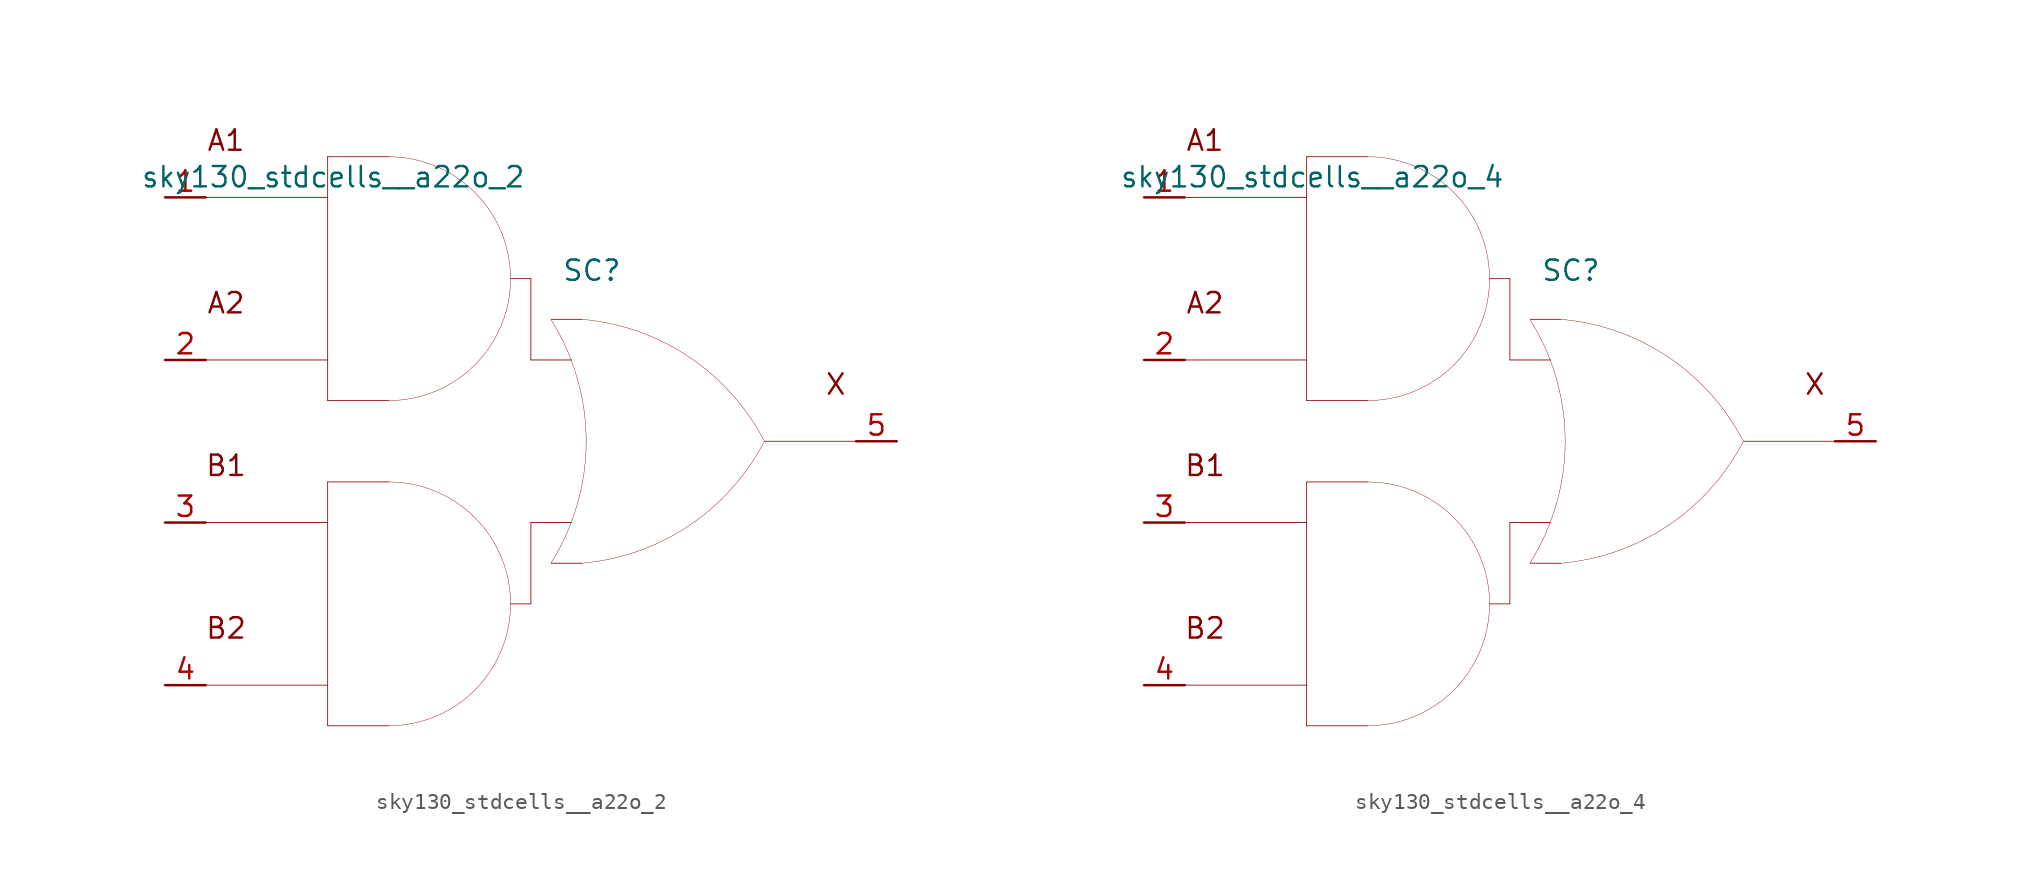
<source format=kicad_sym>
(kicad_symbol_lib
  (version 20211014)
  (generator kicad_symbol_editor)
  (symbol "sky130_stdcells__a22o_2"
    (pin_names hide)
    (property "Reference" "SC"
      (at 3.81 10.668 0)
      (effects (font (size 1.27 1.27))))
    (property "Value" "sky130_stdcells__a22o_2"
      (at -0.305 16.51 0)
      (effects (font (size 1.27 1.27)) (justify right)))
    (symbol "sky130_stdcells__a22o_2_0_0"
      (arc (start -8.89 -17.78) (mid -6.9178 -17.5204) (end -5.08 -16.7591) (stroke (width 0.0254) (type default) (color 0 0 0 0)) (fill (type none)))
      (arc (start -8.89 2.54) (mid -6.9178 2.7996) (end -5.08 3.5609) (stroke (width 0.0254) (type default) (color 0 0 0 0)) (fill (type none)))
      (arc (start -5.08 -16.7591) (mid -3.5019 -15.5481) (end -2.2909 -13.97) (stroke (width 0.0254) (type default) (color 0 0 0 0)) (fill (type none)))
      (arc (start -5.08 -3.5609) (mid -6.9178 -2.7997) (end -8.89 -2.54) (stroke (width 0.0254) (type default) (color 0 0 0 0)) (fill (type none)))
      (arc (start -5.08 3.5609) (mid -3.5019 4.7719) (end -2.2909 6.35) (stroke (width 0.0254) (type default) (color 0 0 0 0)) (fill (type none)))
      (arc (start -5.08 16.7591) (mid -6.9178 17.5203) (end -8.89 17.78) (stroke (width 0.0254) (type default) (color 0 0 0 0)) (fill (type none)))
      (arc (start -2.2909 -13.97) (mid -1.5297 -12.1322) (end -1.27 -10.16) (stroke (width 0.0254) (type default) (color 0 0 0 0)) (fill (type none)))
      (arc (start -2.2909 -6.35) (mid -3.5019 -4.7719) (end -5.08 -3.5609) (stroke (width 0.0254) (type default) (color 0 0 0 0)) (fill (type none)))
      (arc (start -2.2909 6.35) (mid -1.5297 8.1878) (end -1.27 10.16) (stroke (width 0.0254) (type default) (color 0 0 0 0)) (fill (type none)))
      (arc (start -2.2909 13.97) (mid -3.5019 15.5481) (end -5.08 16.7591) (stroke (width 0.0254) (type default) (color 0 0 0 0)) (fill (type none)))
      (arc (start -1.27 -10.16) (mid -1.5296 -8.1878) (end -2.2909 -6.35) (stroke (width 0.0254) (type default) (color 0 0 0 0)) (fill (type none)))
      (arc (start -1.27 10.16) (mid -1.5296 12.1322) (end -2.2909 13.97) (stroke (width 0.0254) (type default) (color 0 0 0 0)) (fill (type none)))
      (polyline (pts (xy -20.32 -15.24) (xy -12.7 -15.24)) (stroke (width 0.051) (type default) (color 0 0 0 0)) (fill (type none)))
      (polyline (pts (xy -20.32 -5.08) (xy -12.7 -5.08)) (stroke (width 0.051) (type default) (color 0 0 0 0)) (fill (type none)))
      (polyline (pts (xy -20.32 5.08) (xy -12.7 5.08)) (stroke (width 0.051) (type default) (color 0 0 0 0)) (fill (type none)))
      (polyline (pts (xy -20.32 15.24) (xy -12.7 15.24)) (stroke (width 0.051) (type default) (color 0 0 0 0)) (fill (type none)))
      (polyline (pts (xy -12.7 -17.78) (xy -8.89 -17.78)) (stroke (width 0.051) (type default) (color 0 0 0 0)) (fill (type none)))
      (polyline (pts (xy -12.7 -2.54) (xy -12.7 -17.78)) (stroke (width 0.051) (type default) (color 0 0 0 0)) (fill (type none)))
      (polyline (pts (xy -12.7 -2.54) (xy -8.89 -2.54)) (stroke (width 0.051) (type default) (color 0 0 0 0)) (fill (type none)))
      (polyline (pts (xy -12.7 2.54) (xy -8.89 2.54)) (stroke (width 0.051) (type default) (color 0 0 0 0)) (fill (type none)))
      (polyline (pts (xy -12.7 17.78) (xy -12.7 2.54)) (stroke (width 0.051) (type default) (color 0 0 0 0)) (fill (type none)))
      (polyline (pts (xy -12.7 17.78) (xy -8.89 17.78)) (stroke (width 0.051) (type default) (color 0 0 0 0)) (fill (type none)))
      (polyline (pts (xy -1.27 -10.16) (xy 0 -10.16)) (stroke (width 0.051) (type default) (color 0 0 0 0)) (fill (type none)))
      (polyline (pts (xy -1.27 10.16) (xy 0 10.16)) (stroke (width 0.051) (type default) (color 0 0 0 0)) (fill (type none)))
      (polyline (pts (xy 0 -5.08) (xy 0 -10.16)) (stroke (width 0.051) (type default) (color 0 0 0 0)) (fill (type none)))
      (polyline (pts (xy 0 -5.08) (xy 2.54 -5.08)) (stroke (width 0.051) (type default) (color 0 0 0 0)) (fill (type none)))
      (polyline (pts (xy 0 5.08) (xy 2.54 5.08)) (stroke (width 0.051) (type default) (color 0 0 0 0)) (fill (type none)))
      (polyline (pts (xy 0 10.16) (xy 0 5.08)) (stroke (width 0.051) (type default) (color 0 0 0 0)) (fill (type none)))
      (polyline (pts (xy 1.27 -7.62) (xy 3.175 -7.62)) (stroke (width 0.051) (type default) (color 0 0 0 0)) (fill (type none)))
      (polyline (pts (xy 1.27 7.62) (xy 3.175 7.62)) (stroke (width 0.051) (type default) (color 0 0 0 0)) (fill (type none)))
      (polyline (pts (xy 14.605 0) (xy 20.32 0)) (stroke (width 0.051) (type default) (color 0 0 0 0)) (fill (type none)))
      (arc (start 1.2495 -7.6142) (mid 1.907 -6.458) (end 2.4538 -5.2456) (stroke (width 0.0254) (type default) (color 0 0 0 0)) (fill (type none)))
      (arc (start 2.4538 -5.2456) (mid 2.8887 -3.9755) (end 3.202 -2.6701) (stroke (width 0.0254) (type default) (color 0 0 0 0)) (fill (type none)))
      (arc (start 2.472 5.1993) (mid 1.9238 6.4248) (end 1.2627 7.5932) (stroke (width 0.0254) (type default) (color 0 0 0 0)) (fill (type none)))
      (arc (start 3.1446 -7.6231) (mid 9.8386 -5.2986) (end 14.5755 -0.0284) (stroke (width 0.0254) (type default) (color 0 0 0 0)) (fill (type none)))
      (arc (start 3.202 -2.6701) (mid 3.3912 -1.341) (end 3.4544 0) (stroke (width 0.0254) (type default) (color 0 0 0 0)) (fill (type none)))
      (arc (start 3.2066 2.6456) (mid 2.8989 3.9396) (end 2.472 5.1993) (stroke (width 0.0254) (type default) (color 0 0 0 0)) (fill (type none)))
      (arc (start 3.4544 0) (mid 3.3923 1.3286) (end 3.2066 2.6456) (stroke (width 0.0254) (type default) (color 0 0 0 0)) (fill (type none)))
      (arc (start 14.5983 -0.0156) (mid 9.8798 5.271) (end 3.194 7.6189) (stroke (width 0.0254) (type default) (color 0 0 0 0)) (fill (type none)))
      (text "A1" (at -19.05 18.796 0) (effects (font (size 1.27 1.27))))
      (text "A2" (at -19.05 8.636 0) (effects (font (size 1.27 1.27))))
      (text "B1" (at -19.05 -1.524 0) (effects (font (size 1.27 1.27))))
      (text "B2" (at -19.05 -11.684 0) (effects (font (size 1.27 1.27))))
      (text "X" (at 19.05 3.556 0) (effects (font (size 1.27 1.27)))))
    (symbol "sky130_stdcells__a22o_2_1_1"
      (pin input line (at -22.86 15.24 0) (length 2.54) (name "A1" (effects (font (size 1.092 1.092)))) (number "1" (effects (font (size 1.27 1.27)))))
      (pin input line (at -22.86 5.08 0) (length 2.54) (name "A2" (effects (font (size 1.092 1.092)))) (number "2" (effects (font (size 1.27 1.27)))))
      (pin input line (at -22.86 -5.08 0) (length 2.54) (name "B1" (effects (font (size 1.092 1.092)))) (number "3" (effects (font (size 1.27 1.27)))))
      (pin input line (at -22.86 -15.24 0) (length 2.54) (name "B2" (effects (font (size 1.092 1.092)))) (number "4" (effects (font (size 1.27 1.27)))))
      (pin output line (at 22.86 0 180) (length 2.54) (name "X" (effects (font (size 1.092 1.092)))) (number "5" (effects (font (size 1.27 1.27)))))))
  (symbol "sky130_stdcells__a22o_4"
    (pin_names hide)
    (property "Reference" "SC"
      (at 3.81 10.668 0)
      (effects (font (size 1.27 1.27))))
    (property "Value" "sky130_stdcells__a22o_4"
      (at -0.305 16.51 0)
      (effects (font (size 1.27 1.27)) (justify right)))
    (symbol "sky130_stdcells__a22o_4_0_0"
      (arc (start -8.89 -17.78) (mid -6.9178 -17.5204) (end -5.08 -16.7591) (stroke (width 0.0254) (type default) (color 0 0 0 0)) (fill (type none)))
      (arc (start -8.89 2.54) (mid -6.9178 2.7996) (end -5.08 3.5609) (stroke (width 0.0254) (type default) (color 0 0 0 0)) (fill (type none)))
      (arc (start -5.08 -16.7591) (mid -3.5019 -15.5481) (end -2.2909 -13.97) (stroke (width 0.0254) (type default) (color 0 0 0 0)) (fill (type none)))
      (arc (start -5.08 -3.5609) (mid -6.9178 -2.7997) (end -8.89 -2.54) (stroke (width 0.0254) (type default) (color 0 0 0 0)) (fill (type none)))
      (arc (start -5.08 3.5609) (mid -3.5019 4.7719) (end -2.2909 6.35) (stroke (width 0.0254) (type default) (color 0 0 0 0)) (fill (type none)))
      (arc (start -5.08 16.7591) (mid -6.9178 17.5203) (end -8.89 17.78) (stroke (width 0.0254) (type default) (color 0 0 0 0)) (fill (type none)))
      (arc (start -2.2909 -13.97) (mid -1.5297 -12.1322) (end -1.27 -10.16) (stroke (width 0.0254) (type default) (color 0 0 0 0)) (fill (type none)))
      (arc (start -2.2909 -6.35) (mid -3.5019 -4.7719) (end -5.08 -3.5609) (stroke (width 0.0254) (type default) (color 0 0 0 0)) (fill (type none)))
      (arc (start -2.2909 6.35) (mid -1.5297 8.1878) (end -1.27 10.16) (stroke (width 0.0254) (type default) (color 0 0 0 0)) (fill (type none)))
      (arc (start -2.2909 13.97) (mid -3.5019 15.5481) (end -5.08 16.7591) (stroke (width 0.0254) (type default) (color 0 0 0 0)) (fill (type none)))
      (arc (start -1.27 -10.16) (mid -1.5296 -8.1878) (end -2.2909 -6.35) (stroke (width 0.0254) (type default) (color 0 0 0 0)) (fill (type none)))
      (arc (start -1.27 10.16) (mid -1.5296 12.1322) (end -2.2909 13.97) (stroke (width 0.0254) (type default) (color 0 0 0 0)) (fill (type none)))
      (polyline (pts (xy -20.32 -15.24) (xy -12.7 -15.24)) (stroke (width 0.051) (type default) (color 0 0 0 0)) (fill (type none)))
      (polyline (pts (xy -20.32 -5.08) (xy -12.7 -5.08)) (stroke (width 0.051) (type default) (color 0 0 0 0)) (fill (type none)))
      (polyline (pts (xy -20.32 5.08) (xy -12.7 5.08)) (stroke (width 0.051) (type default) (color 0 0 0 0)) (fill (type none)))
      (polyline (pts (xy -20.32 15.24) (xy -12.7 15.24)) (stroke (width 0.051) (type default) (color 0 0 0 0)) (fill (type none)))
      (polyline (pts (xy -12.7 -17.78) (xy -8.89 -17.78)) (stroke (width 0.051) (type default) (color 0 0 0 0)) (fill (type none)))
      (polyline (pts (xy -12.7 -2.54) (xy -12.7 -17.78)) (stroke (width 0.051) (type default) (color 0 0 0 0)) (fill (type none)))
      (polyline (pts (xy -12.7 -2.54) (xy -8.89 -2.54)) (stroke (width 0.051) (type default) (color 0 0 0 0)) (fill (type none)))
      (polyline (pts (xy -12.7 2.54) (xy -8.89 2.54)) (stroke (width 0.051) (type default) (color 0 0 0 0)) (fill (type none)))
      (polyline (pts (xy -12.7 17.78) (xy -12.7 2.54)) (stroke (width 0.051) (type default) (color 0 0 0 0)) (fill (type none)))
      (polyline (pts (xy -12.7 17.78) (xy -8.89 17.78)) (stroke (width 0.051) (type default) (color 0 0 0 0)) (fill (type none)))
      (polyline (pts (xy -1.27 -10.16) (xy 0 -10.16)) (stroke (width 0.051) (type default) (color 0 0 0 0)) (fill (type none)))
      (polyline (pts (xy -1.27 10.16) (xy 0 10.16)) (stroke (width 0.051) (type default) (color 0 0 0 0)) (fill (type none)))
      (polyline (pts (xy 0 -5.08) (xy 0 -10.16)) (stroke (width 0.051) (type default) (color 0 0 0 0)) (fill (type none)))
      (polyline (pts (xy 0 -5.08) (xy 2.54 -5.08)) (stroke (width 0.051) (type default) (color 0 0 0 0)) (fill (type none)))
      (polyline (pts (xy 0 5.08) (xy 2.54 5.08)) (stroke (width 0.051) (type default) (color 0 0 0 0)) (fill (type none)))
      (polyline (pts (xy 0 10.16) (xy 0 5.08)) (stroke (width 0.051) (type default) (color 0 0 0 0)) (fill (type none)))
      (polyline (pts (xy 1.27 -7.62) (xy 3.175 -7.62)) (stroke (width 0.051) (type default) (color 0 0 0 0)) (fill (type none)))
      (polyline (pts (xy 1.27 7.62) (xy 3.175 7.62)) (stroke (width 0.051) (type default) (color 0 0 0 0)) (fill (type none)))
      (polyline (pts (xy 14.605 0) (xy 20.32 0)) (stroke (width 0.051) (type default) (color 0 0 0 0)) (fill (type none)))
      (arc (start 1.2495 -7.6142) (mid 1.907 -6.458) (end 2.4538 -5.2456) (stroke (width 0.0254) (type default) (color 0 0 0 0)) (fill (type none)))
      (arc (start 2.4538 -5.2456) (mid 2.8887 -3.9755) (end 3.202 -2.6701) (stroke (width 0.0254) (type default) (color 0 0 0 0)) (fill (type none)))
      (arc (start 2.472 5.1993) (mid 1.9238 6.4248) (end 1.2627 7.5932) (stroke (width 0.0254) (type default) (color 0 0 0 0)) (fill (type none)))
      (arc (start 3.1446 -7.6231) (mid 9.8386 -5.2986) (end 14.5755 -0.0284) (stroke (width 0.0254) (type default) (color 0 0 0 0)) (fill (type none)))
      (arc (start 3.202 -2.6701) (mid 3.3912 -1.341) (end 3.4544 0) (stroke (width 0.0254) (type default) (color 0 0 0 0)) (fill (type none)))
      (arc (start 3.2066 2.6456) (mid 2.8989 3.9396) (end 2.472 5.1993) (stroke (width 0.0254) (type default) (color 0 0 0 0)) (fill (type none)))
      (arc (start 3.4544 0) (mid 3.3923 1.3286) (end 3.2066 2.6456) (stroke (width 0.0254) (type default) (color 0 0 0 0)) (fill (type none)))
      (arc (start 14.5983 -0.0156) (mid 9.8798 5.271) (end 3.194 7.6189) (stroke (width 0.0254) (type default) (color 0 0 0 0)) (fill (type none)))
      (text "A1" (at -19.05 18.796 0) (effects (font (size 1.27 1.27))))
      (text "A2" (at -19.05 8.636 0) (effects (font (size 1.27 1.27))))
      (text "B1" (at -19.05 -1.524 0) (effects (font (size 1.27 1.27))))
      (text "B2" (at -19.05 -11.684 0) (effects (font (size 1.27 1.27))))
      (text "X" (at 19.05 3.556 0) (effects (font (size 1.27 1.27)))))
    (symbol "sky130_stdcells__a22o_4_1_1"
      (pin input line (at -22.86 15.24 0) (length 2.54) (name "A1" (effects (font (size 1.092 1.092)))) (number "1" (effects (font (size 1.27 1.27)))))
      (pin input line (at -22.86 5.08 0) (length 2.54) (name "A2" (effects (font (size 1.092 1.092)))) (number "2" (effects (font (size 1.27 1.27)))))
      (pin input line (at -22.86 -5.08 0) (length 2.54) (name "B1" (effects (font (size 1.092 1.092)))) (number "3" (effects (font (size 1.27 1.27)))))
      (pin input line (at -22.86 -15.24 0) (length 2.54) (name "B2" (effects (font (size 1.092 1.092)))) (number "4" (effects (font (size 1.27 1.27)))))
      (pin output line (at 22.86 0 180) (length 2.54) (name "X" (effects (font (size 1.092 1.092)))) (number "5" (effects (font (size 1.27 1.27))))))))
</source>
